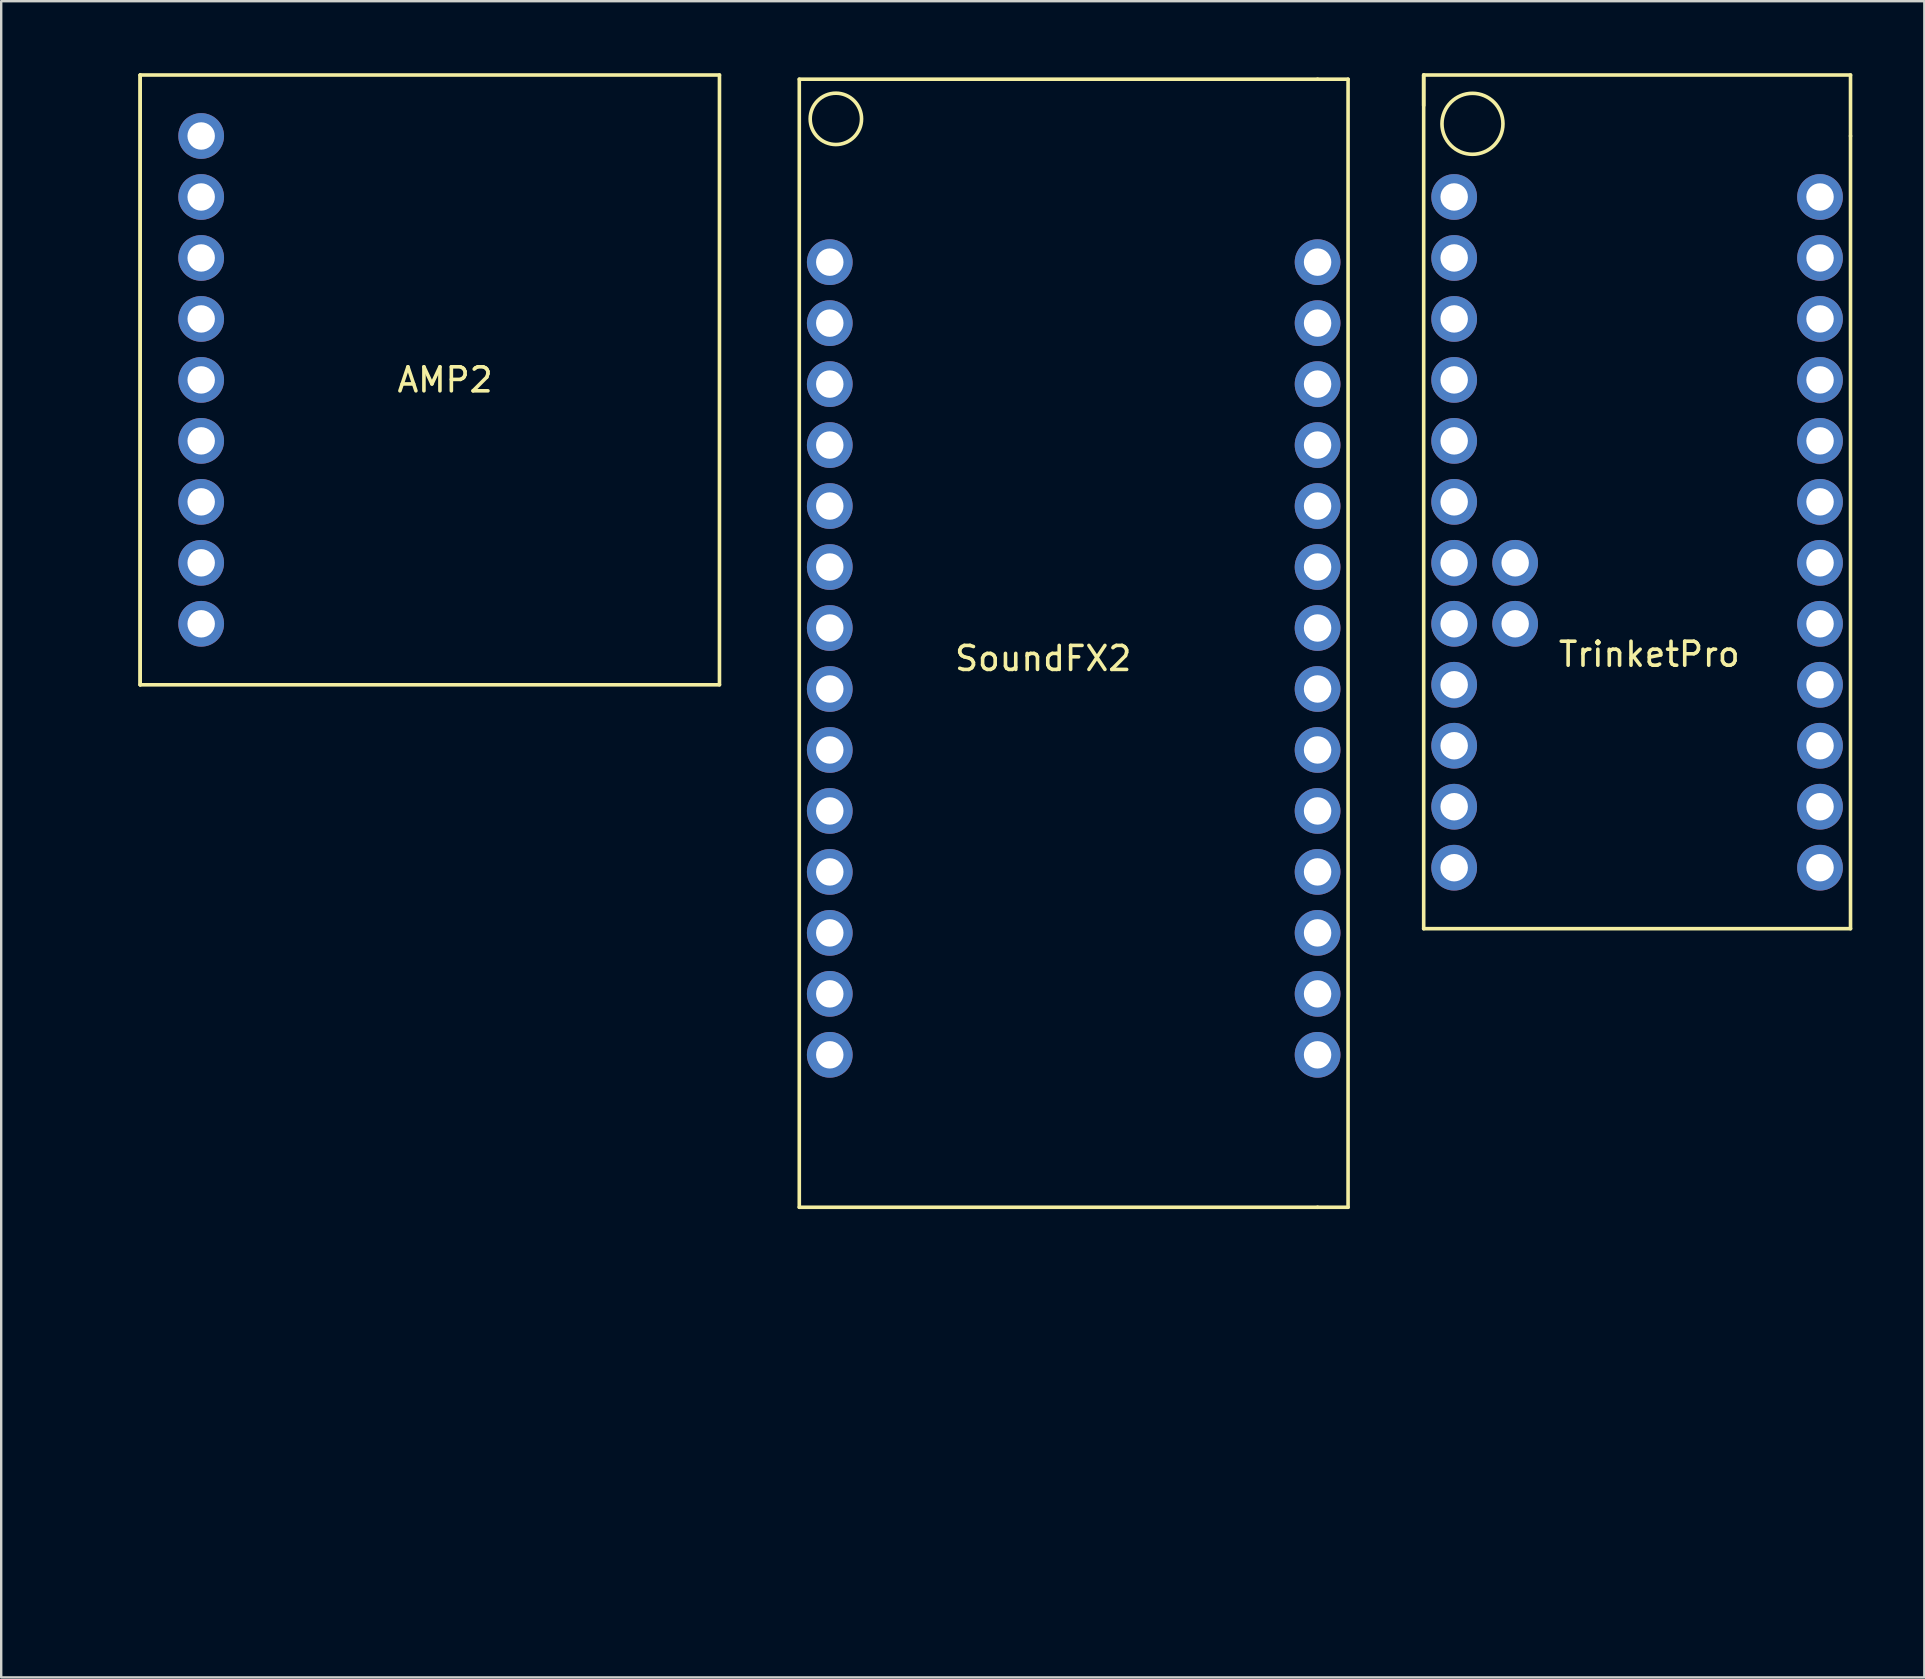
<source format=kicad_pcb>
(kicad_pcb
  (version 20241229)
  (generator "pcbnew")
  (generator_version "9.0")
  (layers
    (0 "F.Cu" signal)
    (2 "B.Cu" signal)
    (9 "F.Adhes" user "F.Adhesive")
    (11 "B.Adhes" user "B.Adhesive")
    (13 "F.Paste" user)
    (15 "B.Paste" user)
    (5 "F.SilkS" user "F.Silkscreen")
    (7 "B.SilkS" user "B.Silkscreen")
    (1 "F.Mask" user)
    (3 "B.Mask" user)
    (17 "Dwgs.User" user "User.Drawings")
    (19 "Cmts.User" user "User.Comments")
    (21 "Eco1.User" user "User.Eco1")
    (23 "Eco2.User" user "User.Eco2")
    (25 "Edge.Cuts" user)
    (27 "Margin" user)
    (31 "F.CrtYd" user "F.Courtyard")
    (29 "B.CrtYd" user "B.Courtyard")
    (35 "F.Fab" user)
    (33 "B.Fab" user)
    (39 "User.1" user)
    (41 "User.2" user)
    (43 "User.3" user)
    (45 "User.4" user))
  (footprint "SoundFX2"
    (layer "F.Cu")
    (at 30.245 0.25)
    (property "Reference" "SoundFX2" (at 10.16 24.13 0) (layer "F.SilkS") (effects (font (size 1 1) (thickness 0.15))))
    (attr through_hole)
    (fp_line (start 0 0) (end 21.59 0) (stroke (width 0.15) (type solid)) (layer "F.SilkS"))
    (fp_line (start 0 46.99) (end 0 0) (stroke (width 0.15) (type solid)) (layer "F.SilkS"))
    (fp_line (start 0 46.99) (end 21.59 46.99) (stroke (width 0.15) (type solid)) (layer "F.SilkS"))
    (fp_line (start 21.59 0) (end 22.86 0) (stroke (width 0.15) (type solid)) (layer "F.SilkS"))
    (fp_line (start 22.86 0) (end 22.86 46.99) (stroke (width 0.15) (type solid)) (layer "F.SilkS"))
    (fp_line (start 22.86 46.99) (end 21.59 46.99) (stroke (width 0.15) (type solid)) (layer "F.SilkS"))
    (fp_circle (center 1.524 1.651) (end 2.591 1.575) (stroke (width 0.15) (type solid)) (fill no) (layer "F.SilkS"))
    (pad "1" thru_hole circle (at 1.27 7.62) (size 1.905 1.905) (drill 1.143) (layers "*.Cu" "*.Mask"))
    (pad "2" thru_hole circle (at 1.27 10.16) (size 1.905 1.905) (drill 1.143) (layers "*.Cu" "*.Mask"))
    (pad "3" thru_hole circle (at 1.27 12.7) (size 1.905 1.905) (drill 1.143) (layers "*.Cu" "*.Mask"))
    (pad "4" thru_hole circle (at 1.27 15.24) (size 1.905 1.905) (drill 1.143) (layers "*.Cu" "*.Mask"))
    (pad "5" thru_hole circle (at 1.27 17.78) (size 1.905 1.905) (drill 1.143) (layers "*.Cu" "*.Mask"))
    (pad "6" thru_hole circle (at 1.27 20.32) (size 1.905 1.905) (drill 1.143) (layers "*.Cu" "*.Mask"))
    (pad "7" thru_hole circle (at 1.27 22.86) (size 1.905 1.905) (drill 1.143) (layers "*.Cu" "*.Mask"))
    (pad "8" thru_hole circle (at 1.27 25.4) (size 1.905 1.905) (drill 1.143) (layers "*.Cu" "*.Mask"))
    (pad "9" thru_hole circle (at 1.27 27.94) (size 1.905 1.905) (drill 1.143) (layers "*.Cu" "*.Mask"))
    (pad "10" thru_hole circle (at 1.27 30.48) (size 1.905 1.905) (drill 1.143) (layers "*.Cu" "*.Mask"))
    (pad "11" thru_hole circle (at 1.27 33.02) (size 1.905 1.905) (drill 1.143) (layers "*.Cu" "*.Mask"))
    (pad "12" thru_hole circle (at 1.27 35.56) (size 1.905 1.905) (drill 1.143) (layers "*.Cu" "*.Mask"))
    (pad "13" thru_hole circle (at 1.27 38.1) (size 1.905 1.905) (drill 1.143) (layers "*.Cu" "*.Mask"))
    (pad "14" thru_hole circle (at 1.27 40.64) (size 1.905 1.905) (drill 1.143) (layers "*.Cu" "*.Mask"))
    (pad "15" thru_hole circle (at 21.59 40.64) (size 1.905 1.905) (drill 1.143) (layers "*.Cu" "*.Mask"))
    (pad "16" thru_hole circle (at 21.59 38.1) (size 1.905 1.905) (drill 1.143) (layers "*.Cu" "*.Mask"))
    (pad "17" thru_hole circle (at 21.59 35.56) (size 1.905 1.905) (drill 1.143) (layers "*.Cu" "*.Mask"))
    (pad "18" thru_hole circle (at 21.59 33.02) (size 1.905 1.905) (drill 1.143) (layers "*.Cu" "*.Mask"))
    (pad "19" thru_hole circle (at 21.59 30.48) (size 1.905 1.905) (drill 1.143) (layers "*.Cu" "*.Mask"))
    (pad "20" thru_hole circle (at 21.59 27.94) (size 1.905 1.905) (drill 1.143) (layers "*.Cu" "*.Mask"))
    (pad "21" thru_hole circle (at 21.59 25.4) (size 1.905 1.905) (drill 1.143) (layers "*.Cu" "*.Mask"))
    (pad "22" thru_hole circle (at 21.59 22.86) (size 1.905 1.905) (drill 1.143) (layers "*.Cu" "*.Mask"))
    (pad "23" thru_hole circle (at 21.59 20.32) (size 1.905 1.905) (drill 1.143) (layers "*.Cu" "*.Mask"))
    (pad "24" thru_hole circle (at 21.59 17.78) (size 1.905 1.905) (drill 1.143) (layers "*.Cu" "*.Mask"))
    (pad "25" thru_hole circle (at 21.59 15.24) (size 1.905 1.905) (drill 1.143) (layers "*.Cu" "*.Mask"))
    (pad "26" thru_hole circle (at 21.59 12.7) (size 1.905 1.905) (drill 1.143) (layers "*.Cu" "*.Mask"))
    (pad "27" thru_hole circle (at 21.59 10.16) (size 1.905 1.905) (drill 1.143) (layers "*.Cu" "*.Mask"))
    (pad "28" thru_hole circle (at 21.59 7.62) (size 1.905 1.905) (drill 1.143) (layers "*.Cu" "*.Mask")))
  (footprint "TrinketPro"
    (layer "F.Cu")
    (at 57.525 63.575)
    (property "Reference" "TrinketPro" (at 8.128 -39.37 0) (layer "F.SilkS") (effects (font (size 1 1) (thickness 0.15))))
    (attr through_hole)
    (fp_line (start -1.27 -63.5) (end -1.27 -62.23) (stroke (width 0.15) (type solid)) (layer "F.SilkS"))
    (fp_line (start -1.27 -63.5) (end 16.51 -63.5) (stroke (width 0.15) (type solid)) (layer "F.SilkS"))
    (fp_line (start -1.27 -27.94) (end -1.27 -63.5) (stroke (width 0.15) (type solid)) (layer "F.SilkS"))
    (fp_line (start -1.27 -27.94) (end 16.51 -27.94) (stroke (width 0.15) (type solid)) (layer "F.SilkS"))
    (fp_line (start 16.51 -63.5) (end 16.51 -60.96) (stroke (width 0.15) (type solid)) (layer "F.SilkS"))
    (fp_line (start 16.51 -60.96) (end 16.51 -27.94) (stroke (width 0.15) (type solid)) (layer "F.SilkS"))
    (fp_circle (center 0.762 -61.468) (end -0.508 -61.468) (stroke (width 0.15) (type solid)) (fill no) (layer "F.SilkS"))
    (pad "1" thru_hole circle (at 0 -58.42) (size 1.905 1.905) (drill 1.143) (layers "*.Cu" "*.Mask"))
    (pad "2" thru_hole circle (at 0 -55.88) (size 1.905 1.905) (drill 1.143) (layers "*.Cu" "*.Mask"))
    (pad "3" thru_hole circle (at 0 -53.34) (size 1.905 1.905) (drill 1.143) (layers "*.Cu" "*.Mask"))
    (pad "4" thru_hole circle (at 0 -50.8) (size 1.905 1.905) (drill 1.143) (layers "*.Cu" "*.Mask"))
    (pad "5" thru_hole circle (at 0 -48.26) (size 1.905 1.905) (drill 1.143) (layers "*.Cu" "*.Mask"))
    (pad "6" thru_hole circle (at 0 -45.72) (size 1.905 1.905) (drill 1.143) (layers "*.Cu" "*.Mask"))
    (pad "7" thru_hole circle (at 0 -43.18) (size 1.905 1.905) (drill 1.143) (layers "*.Cu" "*.Mask"))
    (pad "8" thru_hole circle (at 0 -40.64) (size 1.905 1.905) (drill 1.143) (layers "*.Cu" "*.Mask"))
    (pad "9" thru_hole circle (at 0 -38.1) (size 1.905 1.905) (drill 1.143) (layers "*.Cu" "*.Mask"))
    (pad "10" thru_hole circle (at 0 -35.56) (size 1.905 1.905) (drill 1.143) (layers "*.Cu" "*.Mask"))
    (pad "11" thru_hole circle (at 0 -33.02) (size 1.905 1.905) (drill 1.143) (layers "*.Cu" "*.Mask"))
    (pad "12" thru_hole circle (at 0 -30.48) (size 1.905 1.905) (drill 1.143) (layers "*.Cu" "*.Mask"))
    (pad "13" thru_hole circle (at 2.54 -43.18) (size 1.905 1.905) (drill 1.143) (layers "*.Cu" "*.Mask"))
    (pad "14" thru_hole circle (at 2.54 -40.64) (size 1.905 1.905) (drill 1.143) (layers "*.Cu" "*.Mask"))
    (pad "15" thru_hole circle (at 15.24 -30.48) (size 1.905 1.905) (drill 1.143) (layers "*.Cu" "*.Mask"))
    (pad "16" thru_hole circle (at 15.24 -33.02) (size 1.905 1.905) (drill 1.143) (layers "*.Cu" "*.Mask"))
    (pad "17" thru_hole circle (at 15.24 -35.56) (size 1.905 1.905) (drill 1.143) (layers "*.Cu" "*.Mask"))
    (pad "18" thru_hole circle (at 15.24 -38.1) (size 1.905 1.905) (drill 1.143) (layers "*.Cu" "*.Mask"))
    (pad "19" thru_hole circle (at 15.24 -40.64) (size 1.905 1.905) (drill 1.143) (layers "*.Cu" "*.Mask"))
    (pad "20" thru_hole circle (at 15.24 -43.18) (size 1.905 1.905) (drill 1.143) (layers "*.Cu" "*.Mask"))
    (pad "21" thru_hole circle (at 15.24 -45.72) (size 1.905 1.905) (drill 1.143) (layers "*.Cu" "*.Mask"))
    (pad "22" thru_hole circle (at 15.24 -48.26) (size 1.905 1.905) (drill 1.143) (layers "*.Cu" "*.Mask"))
    (pad "23" thru_hole circle (at 15.24 -50.8) (size 1.905 1.905) (drill 1.143) (layers "*.Cu" "*.Mask"))
    (pad "24" thru_hole circle (at 15.24 -53.34) (size 1.905 1.905) (drill 1.143) (layers "*.Cu" "*.Mask"))
    (pad "25" thru_hole circle (at 15.24 -55.88) (size 1.905 1.905) (drill 1.143) (layers "*.Cu" "*.Mask"))
    (pad "26" thru_hole circle (at 15.24 -58.42) (size 1.905 1.905) (drill 1.143) (layers "*.Cu" "*.Mask")))
  (footprint "AMP2"
    (layer "F.Cu")
    (at 0.25 28.015)
    (property "Reference" "AMP2" (at 15.24 -15.24 0) (layer "F.SilkS") (effects (font (size 1 1) (thickness 0.15))))
    (attr through_hole)
    (fp_line (start 2.54 -27.94) (end 2.54 -2.54) (stroke (width 0.15) (type solid)) (layer "F.SilkS"))
    (fp_line (start 2.54 -27.94) (end 26.67 -27.94) (stroke (width 0.15) (type solid)) (layer "F.SilkS"))
    (fp_line (start 2.54 -2.54) (end 2.54 -27.94) (stroke (width 0.15) (type solid)) (layer "F.SilkS"))
    (fp_line (start 2.54 -2.54) (end 26.67 -2.54) (stroke (width 0.15) (type solid)) (layer "F.SilkS"))
    (fp_line (start 26.67 -27.94) (end 26.67 -2.54) (stroke (width 0.15) (type solid)) (layer "F.SilkS"))
    (pad "1" thru_hole circle (at 5.08 -25.4) (size 1.905 1.905) (drill 1.143) (layers "*.Cu" "*.Mask"))
    (pad "2" thru_hole circle (at 5.08 -22.86) (size 1.905 1.905) (drill 1.143) (layers "*.Cu" "*.Mask"))
    (pad "3" thru_hole circle (at 5.08 -20.32) (size 1.905 1.905) (drill 1.143) (layers "*.Cu" "*.Mask"))
    (pad "4" thru_hole circle (at 5.08 -17.78) (size 1.905 1.905) (drill 1.143) (layers "*.Cu" "*.Mask"))
    (pad "5" thru_hole circle (at 5.08 -15.24) (size 1.905 1.905) (drill 1.143) (layers "*.Cu" "*.Mask"))
    (pad "6" thru_hole circle (at 5.08 -12.7) (size 1.905 1.905) (drill 1.143) (layers "*.Cu" "*.Mask"))
    (pad "7" thru_hole circle (at 5.08 -10.16) (size 1.905 1.905) (drill 1.143) (layers "*.Cu" "*.Mask"))
    (pad "8" thru_hole circle (at 5.08 -7.62) (size 1.905 1.905) (drill 1.143) (layers "*.Cu" "*.Mask"))
    (pad "9" thru_hole circle (at 5.08 -5.08) (size 1.905 1.905) (drill 1.143) (layers "*.Cu" "*.Mask")))
  (gr_rect
    (start -3 -3)
    (end 77.11 66.825)
    (stroke (width 0.1) (type default))
    (fill no)
    (layer "Edge.Cuts")))
</source>
